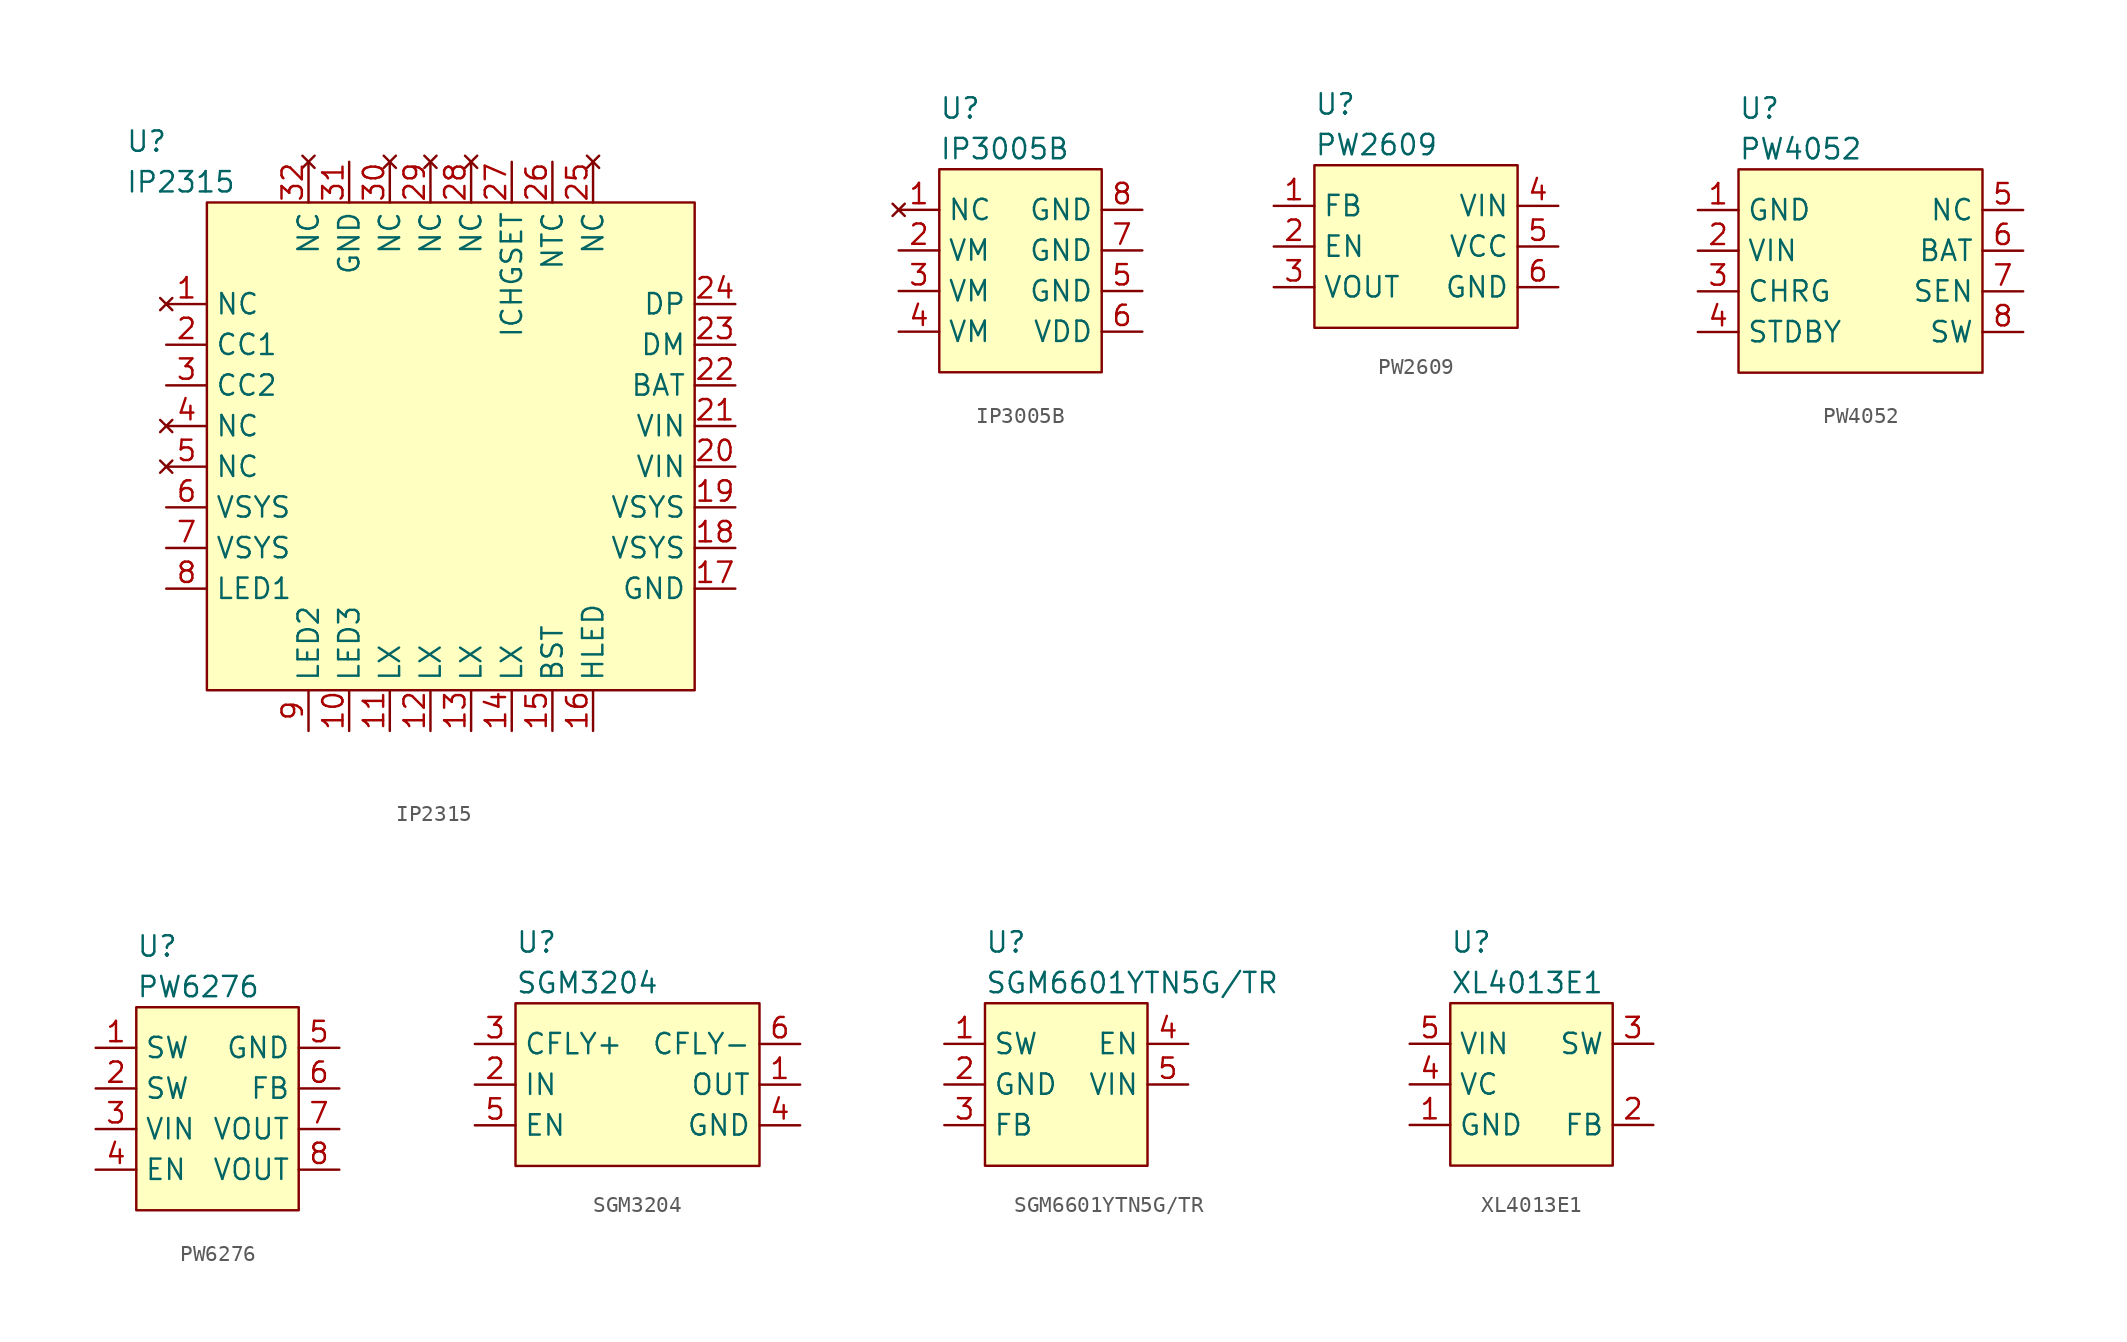
<source format=kicad_sym>
(kicad_symbol_lib
  (version 20220914)
  (generator kicad_symbol_editor)
  (symbol "IP2315"
    (property "Reference" "U"
      (at -20.32 19.05 0)
      (do_not_autoplace)
      (effects (font (size 1.27 1.27)) (justify left)))
    (property "Value" "IP2315"
      (at -20.32 16.51 0)
      (do_not_autoplace)
      (effects (font (size 1.27 1.27)) (justify left)))
    (symbol "IP2315_0_0"
      (pin no_connect line (at -17.78 8.89 0) (length 2.54) (name "NC" (effects (font (size 1.27 1.27)))) (number "1" (effects (font (size 1.27 1.27)))))
      (pin unspecified line (at -6.35 -17.78 90) (length 2.54) (name "LED3" (effects (font (size 1.27 1.27)))) (number "10" (effects (font (size 1.27 1.27)))))
      (pin unspecified line (at -3.81 -17.78 90) (length 2.54) (name "LX" (effects (font (size 1.27 1.27)))) (number "11" (effects (font (size 1.27 1.27)))))
      (pin unspecified line (at -1.27 -17.78 90) (length 2.54) (name "LX" (effects (font (size 1.27 1.27)))) (number "12" (effects (font (size 1.27 1.27)))))
      (pin unspecified line (at 1.27 -17.78 90) (length 2.54) (name "LX" (effects (font (size 1.27 1.27)))) (number "13" (effects (font (size 1.27 1.27)))))
      (pin unspecified line (at 3.81 -17.78 90) (length 2.54) (name "LX" (effects (font (size 1.27 1.27)))) (number "14" (effects (font (size 1.27 1.27)))))
      (pin unspecified line (at 6.35 -17.78 90) (length 2.54) (name "BST" (effects (font (size 1.27 1.27)))) (number "15" (effects (font (size 1.27 1.27)))))
      (pin unspecified line (at 8.89 -17.78 90) (length 2.54) (name "HLED" (effects (font (size 1.27 1.27)))) (number "16" (effects (font (size 1.27 1.27)))))
      (pin unspecified line (at 17.78 -8.89 180) (length 2.54) (name "GND" (effects (font (size 1.27 1.27)))) (number "17" (effects (font (size 1.27 1.27)))))
      (pin unspecified line (at 17.78 -6.35 180) (length 2.54) (name "VSYS" (effects (font (size 1.27 1.27)))) (number "18" (effects (font (size 1.27 1.27)))))
      (pin unspecified line (at 17.78 -3.81 180) (length 2.54) (name "VSYS" (effects (font (size 1.27 1.27)))) (number "19" (effects (font (size 1.27 1.27)))))
      (pin unspecified line (at -17.78 6.35 0) (length 2.54) (name "CC1" (effects (font (size 1.27 1.27)))) (number "2" (effects (font (size 1.27 1.27)))))
      (pin unspecified line (at 17.78 -1.27 180) (length 2.54) (name "VIN" (effects (font (size 1.27 1.27)))) (number "20" (effects (font (size 1.27 1.27)))))
      (pin unspecified line (at 17.78 1.27 180) (length 2.54) (name "VIN" (effects (font (size 1.27 1.27)))) (number "21" (effects (font (size 1.27 1.27)))))
      (pin unspecified line (at 17.78 3.81 180) (length 2.54) (name "BAT" (effects (font (size 1.27 1.27)))) (number "22" (effects (font (size 1.27 1.27)))))
      (pin unspecified line (at 17.78 6.35 180) (length 2.54) (name "DM" (effects (font (size 1.27 1.27)))) (number "23" (effects (font (size 1.27 1.27)))))
      (pin unspecified line (at 17.78 8.89 180) (length 2.54) (name "DP" (effects (font (size 1.27 1.27)))) (number "24" (effects (font (size 1.27 1.27)))))
      (pin no_connect line (at 8.89 17.78 270) (length 2.54) (name "NC" (effects (font (size 1.27 1.27)))) (number "25" (effects (font (size 1.27 1.27)))))
      (pin unspecified line (at 6.35 17.78 270) (length 2.54) (name "NTC" (effects (font (size 1.27 1.27)))) (number "26" (effects (font (size 1.27 1.27)))))
      (pin unspecified line (at 3.81 17.78 270) (length 2.54) (name "ICHGSET" (effects (font (size 1.27 1.27)))) (number "27" (effects (font (size 1.27 1.27)))))
      (pin no_connect line (at 1.27 17.78 270) (length 2.54) (name "NC" (effects (font (size 1.27 1.27)))) (number "28" (effects (font (size 1.27 1.27)))))
      (pin no_connect line (at -1.27 17.78 270) (length 2.54) (name "NC" (effects (font (size 1.27 1.27)))) (number "29" (effects (font (size 1.27 1.27)))))
      (pin unspecified line (at -17.78 3.81 0) (length 2.54) (name "CC2" (effects (font (size 1.27 1.27)))) (number "3" (effects (font (size 1.27 1.27)))))
      (pin no_connect line (at -3.81 17.78 270) (length 2.54) (name "NC" (effects (font (size 1.27 1.27)))) (number "30" (effects (font (size 1.27 1.27)))))
      (pin unspecified line (at -6.35 17.78 270) (length 2.54) (name "GND" (effects (font (size 1.27 1.27)))) (number "31" (effects (font (size 1.27 1.27)))))
      (pin no_connect line (at -8.89 17.78 270) (length 2.54) (name "NC" (effects (font (size 1.27 1.27)))) (number "32" (effects (font (size 1.27 1.27)))))
      (pin no_connect line (at -17.78 1.27 0) (length 2.54) (name "NC" (effects (font (size 1.27 1.27)))) (number "4" (effects (font (size 1.27 1.27)))))
      (pin no_connect line (at -17.78 -1.27 0) (length 2.54) (name "NC" (effects (font (size 1.27 1.27)))) (number "5" (effects (font (size 1.27 1.27)))))
      (pin unspecified line (at -17.78 -3.81 0) (length 2.54) (name "VSYS" (effects (font (size 1.27 1.27)))) (number "6" (effects (font (size 1.27 1.27)))))
      (pin unspecified line (at -17.78 -6.35 0) (length 2.54) (name "VSYS" (effects (font (size 1.27 1.27)))) (number "7" (effects (font (size 1.27 1.27)))))
      (pin unspecified line (at -17.78 -8.89 0) (length 2.54) (name "LED1" (effects (font (size 1.27 1.27)))) (number "8" (effects (font (size 1.27 1.27)))))
      (pin unspecified line (at -8.89 -17.78 90) (length 2.54) (name "LED2" (effects (font (size 1.27 1.27)))) (number "9" (effects (font (size 1.27 1.27))))))
    (symbol "IP2315_1_0"
      (pin unspecified line (at 17.78 -8.89 180) (length 2.54) hide (name "GND" (effects (font (size 1.27 1.27)))) (number "33" (effects (font (size 1.27 1.27))))))
    (symbol "IP2315_1_1"
      (rectangle (start -15.24 15.24) (end 15.24 -15.24) (stroke (width 0) (type default)) (fill (type background)))))
  (symbol "IP3005B"
    (property "Reference" "U"
      (at -5.08 10.16 0)
      (do_not_autoplace)
      (effects (font (size 1.27 1.27)) (justify left)))
    (property "Value" "IP3005B"
      (at -5.08 7.62 0)
      (do_not_autoplace)
      (effects (font (size 1.27 1.27)) (justify left)))
    (symbol "IP3005B_0_0"
      (pin no_connect line (at -7.62 3.81 0) (length 2.54) (name "NC" (effects (font (size 1.27 1.27)))) (number "1" (effects (font (size 1.27 1.27)))))
      (pin unspecified line (at -7.62 1.27 0) (length 2.54) (name "VM" (effects (font (size 1.27 1.27)))) (number "2" (effects (font (size 1.27 1.27)))))
      (pin unspecified line (at -7.62 -1.27 0) (length 2.54) (name "VM" (effects (font (size 1.27 1.27)))) (number "3" (effects (font (size 1.27 1.27)))))
      (pin unspecified line (at -7.62 -3.81 0) (length 2.54) (name "VM" (effects (font (size 1.27 1.27)))) (number "4" (effects (font (size 1.27 1.27)))))
      (pin unspecified line (at 7.62 -1.27 180) (length 2.54) (name "GND" (effects (font (size 1.27 1.27)))) (number "5" (effects (font (size 1.27 1.27)))))
      (pin unspecified line (at 7.62 -3.81 180) (length 2.54) (name "VDD" (effects (font (size 1.27 1.27)))) (number "6" (effects (font (size 1.27 1.27)))))
      (pin unspecified line (at 7.62 1.27 180) (length 2.54) (name "GND" (effects (font (size 1.27 1.27)))) (number "7" (effects (font (size 1.27 1.27)))))
      (pin unspecified line (at 7.62 3.81 180) (length 2.54) (name "GND" (effects (font (size 1.27 1.27)))) (number "8" (effects (font (size 1.27 1.27))))))
    (symbol "IP3005B_1_0"
      (pin unspecified line (at 7.62 3.81 180) (length 2.54) hide (name "GND" (effects (font (size 1.27 1.27)))) (number "9" (effects (font (size 1.27 1.27))))))
    (symbol "IP3005B_1_1"
      (rectangle (start -5.08 6.35) (end 5.08 -6.35) (stroke (width 0) (type default)) (fill (type background)))))
  (symbol "PW2609"
    (property "Reference" "U"
      (at -6.35 8.89 0)
      (do_not_autoplace)
      (effects (font (size 1.27 1.27)) (justify left)))
    (property "Value" "PW2609"
      (at -6.35 6.35 0)
      (do_not_autoplace)
      (effects (font (size 1.27 1.27)) (justify left)))
    (symbol "PW2609_0_0"
      (pin unspecified line (at -8.89 2.54 0) (length 2.54) (name "FB" (effects (font (size 1.27 1.27)))) (number "1" (effects (font (size 1.27 1.27)))))
      (pin unspecified line (at -8.89 0 0) (length 2.54) (name "EN" (effects (font (size 1.27 1.27)))) (number "2" (effects (font (size 1.27 1.27)))))
      (pin unspecified line (at -8.89 -2.54 0) (length 2.54) (name "VOUT" (effects (font (size 1.27 1.27)))) (number "3" (effects (font (size 1.27 1.27)))))
      (pin unspecified line (at 8.89 2.54 180) (length 2.54) (name "VIN" (effects (font (size 1.27 1.27)))) (number "4" (effects (font (size 1.27 1.27)))))
      (pin unspecified line (at 8.89 0 180) (length 2.54) (name "VCC" (effects (font (size 1.27 1.27)))) (number "5" (effects (font (size 1.27 1.27)))))
      (pin unspecified line (at 8.89 -2.54 180) (length 2.54) (name "GND" (effects (font (size 1.27 1.27)))) (number "6" (effects (font (size 1.27 1.27))))))
    (symbol "PW2609_1_1"
      (rectangle (start -6.35 5.08) (end 6.35 -5.08) (stroke (width 0) (type default)) (fill (type background)))))
  (symbol "PW4052"
    (property "Reference" "U"
      (at -7.62 11.43 0)
      (do_not_autoplace)
      (effects (font (size 1.27 1.27)) (justify left)))
    (property "Value" "PW4052"
      (at -7.62 8.89 0)
      (do_not_autoplace)
      (effects (font (size 1.27 1.27)) (justify left)))
    (symbol "PW4052_0_0"
      (pin unspecified line (at -10.16 5.08 0) (length 2.54) (name "GND" (effects (font (size 1.27 1.27)))) (number "1" (effects (font (size 1.27 1.27)))))
      (pin unspecified line (at -10.16 2.54 0) (length 2.54) (name "VIN" (effects (font (size 1.27 1.27)))) (number "2" (effects (font (size 1.27 1.27)))))
      (pin unspecified line (at -10.16 0 0) (length 2.54) (name "CHRG" (effects (font (size 1.27 1.27)))) (number "3" (effects (font (size 1.27 1.27)))))
      (pin unspecified line (at -10.16 -2.54 0) (length 2.54) (name "STDBY" (effects (font (size 1.27 1.27)))) (number "4" (effects (font (size 1.27 1.27)))))
      (pin unspecified line (at 10.16 5.08 180) (length 2.54) (name "NC" (effects (font (size 1.27 1.27)))) (number "5" (effects (font (size 1.27 1.27)))))
      (pin unspecified line (at 10.16 2.54 180) (length 2.54) (name "BAT" (effects (font (size 1.27 1.27)))) (number "6" (effects (font (size 1.27 1.27)))))
      (pin unspecified line (at 10.16 0 180) (length 2.54) (name "SEN" (effects (font (size 1.27 1.27)))) (number "7" (effects (font (size 1.27 1.27)))))
      (pin unspecified line (at 10.16 -2.54 180) (length 2.54) (name "SW" (effects (font (size 1.27 1.27)))) (number "8" (effects (font (size 1.27 1.27)))))
      (pin unspecified line (at -10.16 5.08 0) (length 2.54) hide (name "GND" (effects (font (size 1.27 1.27)))) (number "9" (effects (font (size 1.27 1.27))))))
    (symbol "PW4052_1_1"
      (rectangle (start -7.62 7.62) (end 7.62 -5.08) (stroke (width 0) (type default)) (fill (type background)))))
  (symbol "PW6276"
    (property "Reference" "U"
      (at -5.08 10.16 0)
      (do_not_autoplace)
      (effects (font (size 1.27 1.27)) (justify left)))
    (property "Value" "PW6276"
      (at -5.08 7.62 0)
      (do_not_autoplace)
      (effects (font (size 1.27 1.27)) (justify left)))
    (symbol "PW6276_0_0"
      (pin unspecified line (at -7.62 3.81 0) (length 2.54) (name "SW" (effects (font (size 1.27 1.27)))) (number "1" (effects (font (size 1.27 1.27)))))
      (pin unspecified line (at -7.62 1.27 0) (length 2.54) (name "SW" (effects (font (size 1.27 1.27)))) (number "2" (effects (font (size 1.27 1.27)))))
      (pin unspecified line (at -7.62 -1.27 0) (length 2.54) (name "VIN" (effects (font (size 1.27 1.27)))) (number "3" (effects (font (size 1.27 1.27)))))
      (pin unspecified line (at -7.62 -3.81 0) (length 2.54) (name "EN" (effects (font (size 1.27 1.27)))) (number "4" (effects (font (size 1.27 1.27)))))
      (pin unspecified line (at 7.62 3.81 180) (length 2.54) (name "GND" (effects (font (size 1.27 1.27)))) (number "5" (effects (font (size 1.27 1.27)))))
      (pin unspecified line (at 7.62 1.27 180) (length 2.54) (name "FB" (effects (font (size 1.27 1.27)))) (number "6" (effects (font (size 1.27 1.27)))))
      (pin unspecified line (at 7.62 -1.27 180) (length 2.54) (name "VOUT" (effects (font (size 1.27 1.27)))) (number "7" (effects (font (size 1.27 1.27)))))
      (pin unspecified line (at 7.62 -3.81 180) (length 2.54) (name "VOUT" (effects (font (size 1.27 1.27)))) (number "8" (effects (font (size 1.27 1.27)))))
      (pin unspecified line (at 7.62 3.81 180) (length 2.54) hide (name "GND" (effects (font (size 1.27 1.27)))) (number "9" (effects (font (size 1.27 1.27))))))
    (symbol "PW6276_1_1"
      (rectangle (start -5.08 6.35) (end 5.08 -6.35) (stroke (width 0) (type default)) (fill (type background)))))
  (symbol "SGM3204"
    (property "Reference" "U"
      (at -7.62 8.89 0)
      (do_not_autoplace)
      (effects (font (size 1.27 1.27)) (justify left)))
    (property "Value" "SGM3204"
      (at -7.62 6.35 0)
      (do_not_autoplace)
      (effects (font (size 1.27 1.27)) (justify left)))
    (symbol "SGM3204_0_0"
      (pin unspecified line (at 10.16 0 180) (length 2.54) (name "OUT" (effects (font (size 1.27 1.27)))) (number "1" (effects (font (size 1.27 1.27)))))
      (pin unspecified line (at -10.16 0 0) (length 2.54) (name "IN" (effects (font (size 1.27 1.27)))) (number "2" (effects (font (size 1.27 1.27)))))
      (pin unspecified line (at -10.16 2.54 0) (length 2.54) (name "CFLY+" (effects (font (size 1.27 1.27)))) (number "3" (effects (font (size 1.27 1.27)))))
      (pin unspecified line (at 10.16 -2.54 180) (length 2.54) (name "GND" (effects (font (size 1.27 1.27)))) (number "4" (effects (font (size 1.27 1.27)))))
      (pin unspecified line (at -10.16 -2.54 0) (length 2.54) (name "EN" (effects (font (size 1.27 1.27)))) (number "5" (effects (font (size 1.27 1.27)))))
      (pin unspecified line (at 10.16 2.54 180) (length 2.54) (name "CFLY-" (effects (font (size 1.27 1.27)))) (number "6" (effects (font (size 1.27 1.27))))))
    (symbol "SGM3204_1_1"
      (rectangle (start -7.62 5.08) (end 7.62 -5.08) (stroke (width 0) (type default)) (fill (type background)))))
  (symbol "SGM6601YTN5G/TR"
    (property "Reference" "U"
      (at -5.08 8.89 0)
      (do_not_autoplace)
      (effects (font (size 1.27 1.27)) (justify left)))
    (property "Value" "SGM6601YTN5G/TR"
      (at -5.08 6.35 0)
      (do_not_autoplace)
      (effects (font (size 1.27 1.27)) (justify left)))
    (symbol "SGM6601YTN5G/TR_0_0"
      (pin unspecified line (at -7.62 2.54 0) (length 2.54) (name "SW" (effects (font (size 1.27 1.27)))) (number "1" (effects (font (size 1.27 1.27)))))
      (pin unspecified line (at -7.62 0 0) (length 2.54) (name "GND" (effects (font (size 1.27 1.27)))) (number "2" (effects (font (size 1.27 1.27)))))
      (pin unspecified line (at -7.62 -2.54 0) (length 2.54) (name "FB" (effects (font (size 1.27 1.27)))) (number "3" (effects (font (size 1.27 1.27)))))
      (pin unspecified line (at 7.62 2.54 180) (length 2.54) (name "EN" (effects (font (size 1.27 1.27)))) (number "4" (effects (font (size 1.27 1.27)))))
      (pin unspecified line (at 7.62 0 180) (length 2.54) (name "VIN" (effects (font (size 1.27 1.27)))) (number "5" (effects (font (size 1.27 1.27))))))
    (symbol "SGM6601YTN5G/TR_1_1"
      (rectangle (start -5.08 5.08) (end 5.08 -5.08) (stroke (width 0) (type default)) (fill (type background)))))
  (symbol "XL4013E1"
    (property "Reference" "U"
      (at -5.08 8.89 0)
      (do_not_autoplace)
      (effects (font (size 1.27 1.27)) (justify left)))
    (property "Value" "XL4013E1"
      (at -5.08 6.35 0)
      (do_not_autoplace)
      (effects (font (size 1.27 1.27)) (justify left)))
    (symbol "XL4013E1_0_0"
      (pin unspecified line (at -7.62 -2.54 0) (length 2.54) (name "GND" (effects (font (size 1.27 1.27)))) (number "1" (effects (font (size 1.27 1.27)))))
      (pin unspecified line (at 7.62 -2.54 180) (length 2.54) (name "FB" (effects (font (size 1.27 1.27)))) (number "2" (effects (font (size 1.27 1.27)))))
      (pin unspecified line (at 7.62 2.54 180) (length 2.54) (name "SW" (effects (font (size 1.27 1.27)))) (number "3" (effects (font (size 1.27 1.27)))))
      (pin unspecified line (at -7.62 0 0) (length 2.54) (name "VC" (effects (font (size 1.27 1.27)))) (number "4" (effects (font (size 1.27 1.27)))))
      (pin unspecified line (at -7.62 2.54 0) (length 2.54) (name "VIN" (effects (font (size 1.27 1.27)))) (number "5" (effects (font (size 1.27 1.27))))))
    (symbol "XL4013E1_1_1"
      (rectangle (start -5.08 5.08) (end 5.08 -5.08) (stroke (width 0) (type default)) (fill (type background))))))
</source>
